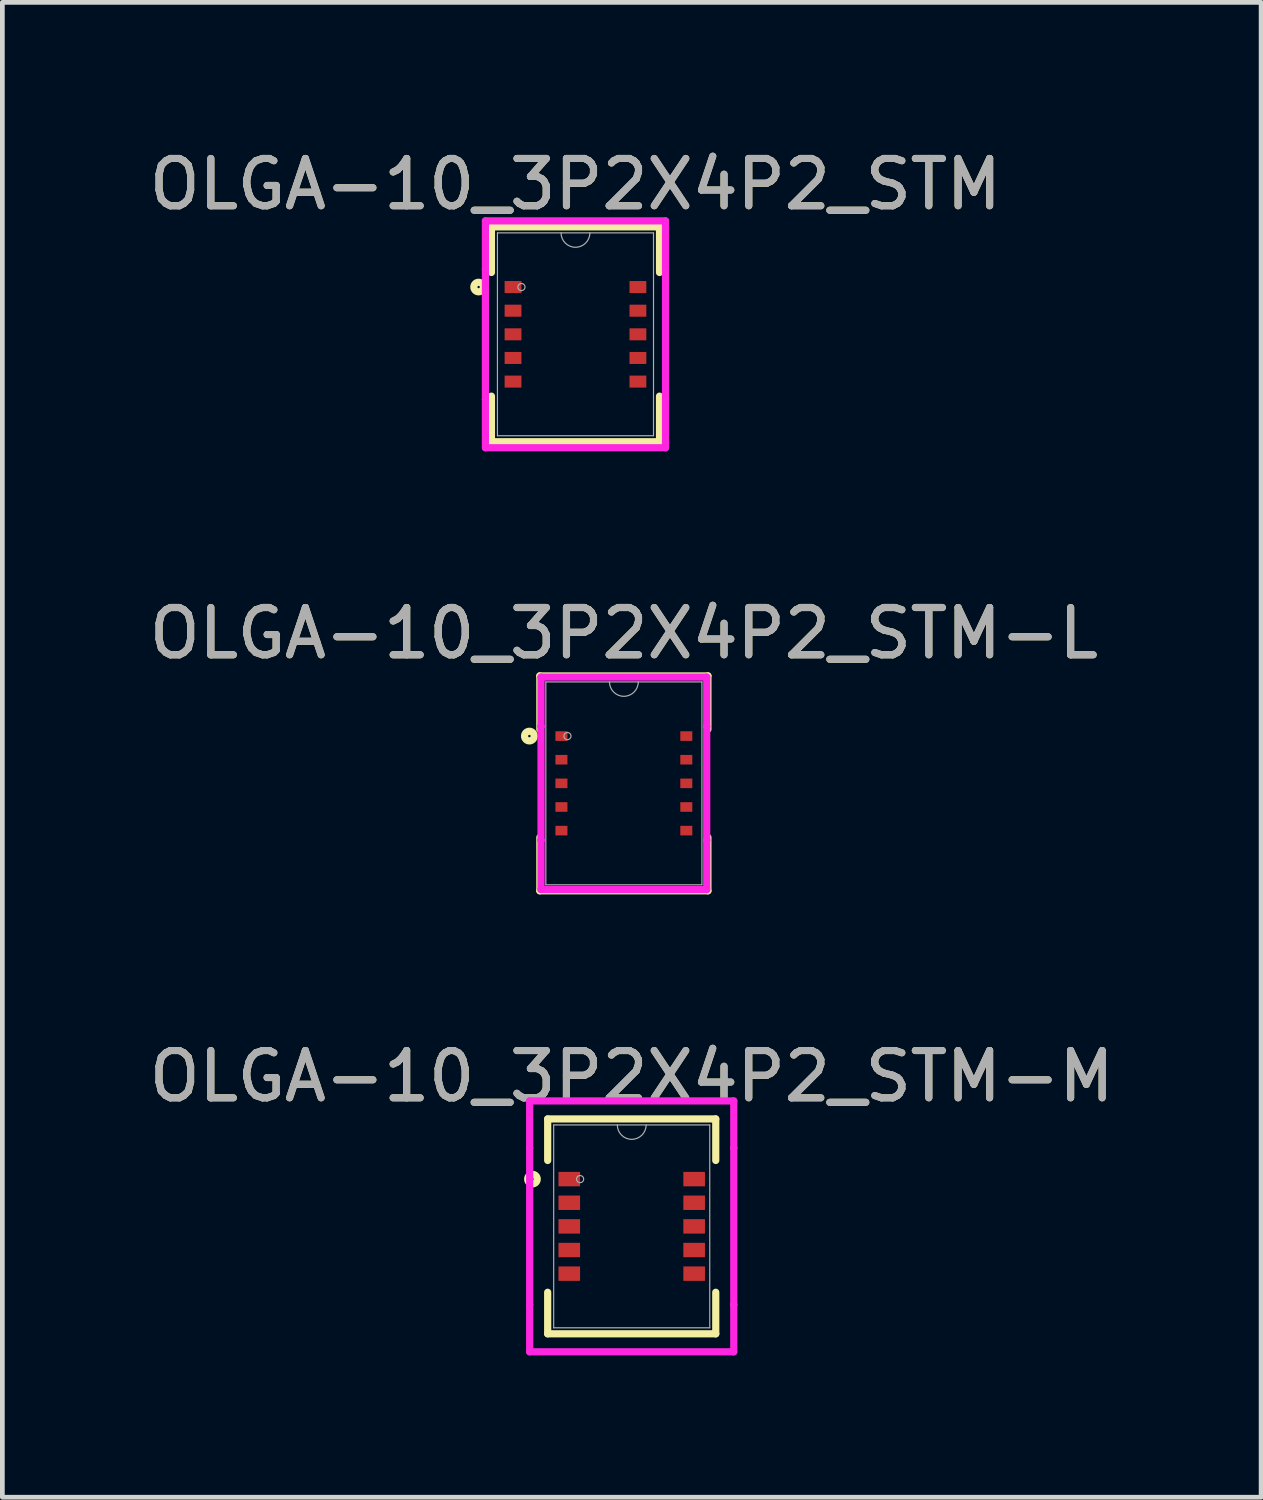
<source format=kicad_pcb>
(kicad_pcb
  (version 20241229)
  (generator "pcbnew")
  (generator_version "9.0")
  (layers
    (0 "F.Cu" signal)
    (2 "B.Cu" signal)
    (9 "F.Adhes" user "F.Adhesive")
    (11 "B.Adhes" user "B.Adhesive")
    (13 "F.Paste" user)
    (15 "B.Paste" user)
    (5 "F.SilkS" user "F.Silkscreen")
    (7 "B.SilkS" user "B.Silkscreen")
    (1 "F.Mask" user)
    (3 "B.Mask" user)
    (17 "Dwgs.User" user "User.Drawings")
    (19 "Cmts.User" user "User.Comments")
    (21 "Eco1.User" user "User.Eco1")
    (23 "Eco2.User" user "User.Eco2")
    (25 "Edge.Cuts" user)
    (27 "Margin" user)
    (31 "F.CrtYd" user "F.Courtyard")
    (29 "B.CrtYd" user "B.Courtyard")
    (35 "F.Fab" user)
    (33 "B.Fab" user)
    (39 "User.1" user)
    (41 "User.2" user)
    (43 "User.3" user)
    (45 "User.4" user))
  (footprint "OLGA-10_3P2X4P2_STM-L"
    (layer "F.Cu")
    (at 10.149 13.523)
    (property "Reference" "OLGA-10_3P2X4P2_STM-L" (at 0 -3.175 0) (unlocked yes) (layer "F.SilkS") (effects (font (size 1 1) (thickness 0.15))))
    (attr smd)
    (fp_line (start -1.778 -2.273) (end -1.778 -1.143) (stroke (width 0.152) (type solid)) (layer "F.SilkS"))
    (fp_line (start -1.778 1.143) (end -1.778 2.273) (stroke (width 0.152) (type solid)) (layer "F.SilkS"))
    (fp_line (start -1.778 2.273) (end 1.778 2.273) (stroke (width 0.152) (type solid)) (layer "F.SilkS"))
    (fp_line (start 1.778 -2.273) (end -1.778 -2.273) (stroke (width 0.152) (type solid)) (layer "F.SilkS"))
    (fp_line (start 1.778 -1.143) (end 1.778 -2.273) (stroke (width 0.152) (type solid)) (layer "F.SilkS"))
    (fp_line (start 1.778 2.273) (end 1.778 1.143) (stroke (width 0.152) (type solid)) (layer "F.SilkS"))
    (fp_circle (center -1.999 -1) (end -1.897 -1) (stroke (width 0.152) (type solid)) (fill no) (layer "F.SilkS"))
    (fp_line (start -1.753 -2.248) (end 1.753 -2.248) (stroke (width 0.152) (type solid)) (layer "F.CrtYd"))
    (fp_line (start -1.753 -1.203) (end -1.753 -2.248) (stroke (width 0.152) (type solid)) (layer "F.CrtYd"))
    (fp_line (start -1.753 -1.203) (end -1.753 -1.203) (stroke (width 0.152) (type solid)) (layer "F.CrtYd"))
    (fp_line (start -1.753 1.203) (end -1.753 -1.203) (stroke (width 0.152) (type solid)) (layer "F.CrtYd"))
    (fp_line (start -1.753 1.203) (end -1.753 1.203) (stroke (width 0.152) (type solid)) (layer "F.CrtYd"))
    (fp_line (start -1.753 2.248) (end -1.753 1.203) (stroke (width 0.152) (type solid)) (layer "F.CrtYd"))
    (fp_line (start 1.753 -2.248) (end 1.753 -1.203) (stroke (width 0.152) (type solid)) (layer "F.CrtYd"))
    (fp_line (start 1.753 -1.203) (end 1.753 -1.203) (stroke (width 0.152) (type solid)) (layer "F.CrtYd"))
    (fp_line (start 1.753 -1.203) (end 1.753 1.203) (stroke (width 0.152) (type solid)) (layer "F.CrtYd"))
    (fp_line (start 1.753 1.203) (end 1.753 1.203) (stroke (width 0.152) (type solid)) (layer "F.CrtYd"))
    (fp_line (start 1.753 1.203) (end 1.753 2.248) (stroke (width 0.152) (type solid)) (layer "F.CrtYd"))
    (fp_line (start 1.753 2.248) (end -1.753 2.248) (stroke (width 0.152) (type solid)) (layer "F.CrtYd"))
    (fp_line (start -1.651 -2.146) (end -1.651 2.146) (stroke (width 0.025) (type solid)) (layer "F.Fab"))
    (fp_line (start -1.651 2.146) (end 1.651 2.146) (stroke (width 0.025) (type solid)) (layer "F.Fab"))
    (fp_line (start 1.651 -2.146) (end -1.651 -2.146) (stroke (width 0.025) (type solid)) (layer "F.Fab"))
    (fp_line (start 1.651 2.146) (end 1.651 -2.146) (stroke (width 0.025) (type solid)) (layer "F.Fab"))
    (fp_arc (start 0.3048 -2.1463) (mid 0 -1.8415) (end -0.3048 -2.1463) (stroke (width 0.0254) (type solid)) (layer "F.Fab"))
    (fp_circle (center -1.194 -1) (end -1.118 -1) (stroke (width 0.025) (type solid)) (fill no) (layer "F.Fab"))
    (fp_text user "${REFERENCE}" (at 0 -3.175 0) (unlocked yes) (layer "F.Fab") (effects (font (size 1 1) (thickness 0.15))))
    (pad "1" smd rect (at -1.321 -1) (size 0.254 0.203) (layers "F.Cu" "F.Mask" "F.Paste"))
    (pad "2" smd rect (at -1.321 -0.5) (size 0.254 0.203) (layers "F.Cu" "F.Mask" "F.Paste"))
    (pad "3" smd rect (at -1.321 0) (size 0.254 0.203) (layers "F.Cu" "F.Mask" "F.Paste"))
    (pad "4" smd rect (at -1.321 0.5) (size 0.254 0.203) (layers "F.Cu" "F.Mask" "F.Paste"))
    (pad "5" smd rect (at -1.321 1) (size 0.254 0.203) (layers "F.Cu" "F.Mask" "F.Paste"))
    (pad "6" smd rect (at 1.321 1) (size 0.254 0.203) (layers "F.Cu" "F.Mask" "F.Paste"))
    (pad "7" smd rect (at 1.321 0.5) (size 0.254 0.203) (layers "F.Cu" "F.Mask" "F.Paste"))
    (pad "8" smd rect (at 1.321 0) (size 0.254 0.203) (layers "F.Cu" "F.Mask" "F.Paste"))
    (pad "9" smd rect (at 1.321 -0.5) (size 0.254 0.203) (layers "F.Cu" "F.Mask" "F.Paste"))
    (pad "10" smd rect (at 1.321 -1) (size 0.254 0.203) (layers "F.Cu" "F.Mask" "F.Paste")))
  (footprint "OLGA-10_3P2X4P2_STM-M"
    (layer "F.Cu")
    (at 10.315 22.896)
    (property "Reference" "OLGA-10_3P2X4P2_STM-M" (at 0 -3.175 0) (unlocked yes) (layer "F.SilkS") (effects (font (size 1 1) (thickness 0.15))))
    (attr smd)
    (fp_line (start -1.778 -2.273) (end -1.778 -1.394) (stroke (width 0.152) (type solid)) (layer "F.SilkS"))
    (fp_line (start -1.778 1.394) (end -1.778 2.273) (stroke (width 0.152) (type solid)) (layer "F.SilkS"))
    (fp_line (start -1.778 2.273) (end 1.778 2.273) (stroke (width 0.152) (type solid)) (layer "F.SilkS"))
    (fp_line (start 1.778 -2.273) (end -1.778 -2.273) (stroke (width 0.152) (type solid)) (layer "F.SilkS"))
    (fp_line (start 1.778 -1.394) (end 1.778 -2.273) (stroke (width 0.152) (type solid)) (layer "F.SilkS"))
    (fp_line (start 1.778 2.273) (end 1.778 1.394) (stroke (width 0.152) (type solid)) (layer "F.SilkS"))
    (fp_circle (center -2.1 -1) (end -1.999 -1) (stroke (width 0.152) (type solid)) (fill no) (layer "F.SilkS"))
    (fp_line (start -2.159 -2.654) (end 2.159 -2.654) (stroke (width 0.152) (type solid)) (layer "F.CrtYd"))
    (fp_line (start -2.159 -1.66) (end -2.159 -2.654) (stroke (width 0.152) (type solid)) (layer "F.CrtYd"))
    (fp_line (start -2.159 -1.66) (end -2.159 -1.66) (stroke (width 0.152) (type solid)) (layer "F.CrtYd"))
    (fp_line (start -2.159 1.66) (end -2.159 -1.66) (stroke (width 0.152) (type solid)) (layer "F.CrtYd"))
    (fp_line (start -2.159 1.66) (end -2.159 1.66) (stroke (width 0.152) (type solid)) (layer "F.CrtYd"))
    (fp_line (start -2.159 2.654) (end -2.159 1.66) (stroke (width 0.152) (type solid)) (layer "F.CrtYd"))
    (fp_line (start 2.159 -2.654) (end 2.159 -1.66) (stroke (width 0.152) (type solid)) (layer "F.CrtYd"))
    (fp_line (start 2.159 -1.66) (end 2.159 -1.66) (stroke (width 0.152) (type solid)) (layer "F.CrtYd"))
    (fp_line (start 2.159 -1.66) (end 2.159 1.66) (stroke (width 0.152) (type solid)) (layer "F.CrtYd"))
    (fp_line (start 2.159 1.66) (end 2.159 1.66) (stroke (width 0.152) (type solid)) (layer "F.CrtYd"))
    (fp_line (start 2.159 1.66) (end 2.159 2.654) (stroke (width 0.152) (type solid)) (layer "F.CrtYd"))
    (fp_line (start 2.159 2.654) (end -2.159 2.654) (stroke (width 0.152) (type solid)) (layer "F.CrtYd"))
    (fp_line (start -1.651 -2.146) (end -1.651 2.146) (stroke (width 0.025) (type solid)) (layer "F.Fab"))
    (fp_line (start -1.651 2.146) (end 1.651 2.146) (stroke (width 0.025) (type solid)) (layer "F.Fab"))
    (fp_line (start 1.651 -2.146) (end -1.651 -2.146) (stroke (width 0.025) (type solid)) (layer "F.Fab"))
    (fp_line (start 1.651 2.146) (end 1.651 -2.146) (stroke (width 0.025) (type solid)) (layer "F.Fab"))
    (fp_arc (start 0.3048 -2.1463) (mid 0 -1.8415) (end -0.3048 -2.1463) (stroke (width 0.0254) (type solid)) (layer "F.Fab"))
    (fp_circle (center -1.092 -1) (end -1.016 -1) (stroke (width 0.025) (type solid)) (fill no) (layer "F.Fab"))
    (fp_text user "${REFERENCE}" (at 0 -3.175 0) (unlocked yes) (layer "F.Fab") (effects (font (size 1 1) (thickness 0.15))))
    (pad "1" smd rect (at -1.321 -1) (size 0.457 0.305) (layers "F.Cu" "F.Mask" "F.Paste"))
    (pad "2" smd rect (at -1.321 -0.5) (size 0.457 0.305) (layers "F.Cu" "F.Mask" "F.Paste"))
    (pad "3" smd rect (at -1.321 0) (size 0.457 0.305) (layers "F.Cu" "F.Mask" "F.Paste"))
    (pad "4" smd rect (at -1.321 0.5) (size 0.457 0.305) (layers "F.Cu" "F.Mask" "F.Paste"))
    (pad "5" smd rect (at -1.321 1) (size 0.457 0.305) (layers "F.Cu" "F.Mask" "F.Paste"))
    (pad "6" smd rect (at 1.321 1) (size 0.457 0.305) (layers "F.Cu" "F.Mask" "F.Paste"))
    (pad "7" smd rect (at 1.321 0.5) (size 0.457 0.305) (layers "F.Cu" "F.Mask" "F.Paste"))
    (pad "8" smd rect (at 1.321 0) (size 0.457 0.305) (layers "F.Cu" "F.Mask" "F.Paste"))
    (pad "9" smd rect (at 1.321 -0.5) (size 0.457 0.305) (layers "F.Cu" "F.Mask" "F.Paste"))
    (pad "10" smd rect (at 1.321 -1) (size 0.457 0.305) (layers "F.Cu" "F.Mask" "F.Paste")))
  (footprint "OLGA-10_3P2X4P2_STM"
    (layer "F.Cu")
    (at 9.125 4.023)
    (property "Reference" "OLGA-10_3P2X4P2_STM" (at 0 -3.175 0) (unlocked yes) (layer "F.SilkS") (effects (font (size 1 1) (thickness 0.15))))
    (attr smd)
    (fp_line (start -1.778 -2.273) (end -1.778 -1.308) (stroke (width 0.152) (type solid)) (layer "F.SilkS"))
    (fp_line (start -1.778 1.308) (end -1.778 2.273) (stroke (width 0.152) (type solid)) (layer "F.SilkS"))
    (fp_line (start -1.778 2.273) (end 1.778 2.273) (stroke (width 0.152) (type solid)) (layer "F.SilkS"))
    (fp_line (start 1.778 -2.273) (end -1.778 -2.273) (stroke (width 0.152) (type solid)) (layer "F.SilkS"))
    (fp_line (start 1.778 -1.308) (end 1.778 -2.273) (stroke (width 0.152) (type solid)) (layer "F.SilkS"))
    (fp_line (start 1.778 2.273) (end 1.778 1.308) (stroke (width 0.152) (type solid)) (layer "F.SilkS"))
    (fp_circle (center -2.049 -1) (end -1.948 -1) (stroke (width 0.152) (type solid)) (fill no) (layer "F.SilkS"))
    (fp_line (start -1.905 -2.4) (end 1.905 -2.4) (stroke (width 0.152) (type solid)) (layer "F.CrtYd"))
    (fp_line (start -1.905 -1.381) (end -1.905 -2.4) (stroke (width 0.152) (type solid)) (layer "F.CrtYd"))
    (fp_line (start -1.905 -1.381) (end -1.905 -1.381) (stroke (width 0.152) (type solid)) (layer "F.CrtYd"))
    (fp_line (start -1.905 1.381) (end -1.905 -1.381) (stroke (width 0.152) (type solid)) (layer "F.CrtYd"))
    (fp_line (start -1.905 1.381) (end -1.905 1.381) (stroke (width 0.152) (type solid)) (layer "F.CrtYd"))
    (fp_line (start -1.905 2.4) (end -1.905 1.381) (stroke (width 0.152) (type solid)) (layer "F.CrtYd"))
    (fp_line (start 1.905 -2.4) (end 1.905 -1.381) (stroke (width 0.152) (type solid)) (layer "F.CrtYd"))
    (fp_line (start 1.905 -1.381) (end 1.905 -1.381) (stroke (width 0.152) (type solid)) (layer "F.CrtYd"))
    (fp_line (start 1.905 -1.381) (end 1.905 1.381) (stroke (width 0.152) (type solid)) (layer "F.CrtYd"))
    (fp_line (start 1.905 1.381) (end 1.905 1.381) (stroke (width 0.152) (type solid)) (layer "F.CrtYd"))
    (fp_line (start 1.905 1.381) (end 1.905 2.4) (stroke (width 0.152) (type solid)) (layer "F.CrtYd"))
    (fp_line (start 1.905 2.4) (end -1.905 2.4) (stroke (width 0.152) (type solid)) (layer "F.CrtYd"))
    (fp_line (start -1.651 -2.146) (end -1.651 2.146) (stroke (width 0.025) (type solid)) (layer "F.Fab"))
    (fp_line (start -1.651 2.146) (end 1.651 2.146) (stroke (width 0.025) (type solid)) (layer "F.Fab"))
    (fp_line (start 1.651 -2.146) (end -1.651 -2.146) (stroke (width 0.025) (type solid)) (layer "F.Fab"))
    (fp_line (start 1.651 2.146) (end 1.651 -2.146) (stroke (width 0.025) (type solid)) (layer "F.Fab"))
    (fp_arc (start 0.3048 -2.1463) (mid 0 -1.8415) (end -0.3048 -2.1463) (stroke (width 0.0254) (type solid)) (layer "F.Fab"))
    (fp_circle (center -1.143 -1) (end -1.067 -1) (stroke (width 0.025) (type solid)) (fill no) (layer "F.Fab"))
    (fp_text user "${REFERENCE}" (at 0 -3.175 0) (unlocked yes) (layer "F.Fab") (effects (font (size 1 1) (thickness 0.15))))
    (pad "1" smd rect (at -1.321 -1) (size 0.356 0.254) (layers "F.Cu" "F.Mask" "F.Paste"))
    (pad "2" smd rect (at -1.321 -0.5) (size 0.356 0.254) (layers "F.Cu" "F.Mask" "F.Paste"))
    (pad "3" smd rect (at -1.321 0) (size 0.356 0.254) (layers "F.Cu" "F.Mask" "F.Paste"))
    (pad "4" smd rect (at -1.321 0.5) (size 0.356 0.254) (layers "F.Cu" "F.Mask" "F.Paste"))
    (pad "5" smd rect (at -1.321 1) (size 0.356 0.254) (layers "F.Cu" "F.Mask" "F.Paste"))
    (pad "6" smd rect (at 1.321 1) (size 0.356 0.254) (layers "F.Cu" "F.Mask" "F.Paste"))
    (pad "7" smd rect (at 1.321 0.5) (size 0.356 0.254) (layers "F.Cu" "F.Mask" "F.Paste"))
    (pad "8" smd rect (at 1.321 0) (size 0.356 0.254) (layers "F.Cu" "F.Mask" "F.Paste"))
    (pad "9" smd rect (at 1.321 -0.5) (size 0.356 0.254) (layers "F.Cu" "F.Mask" "F.Paste"))
    (pad "10" smd rect (at 1.321 -1) (size 0.356 0.254) (layers "F.Cu" "F.Mask" "F.Paste")))
  (gr_rect
    (start -3 -3)
    (end 23.631 28.626)
    (stroke (width 0.1) (type default))
    (fill no)
    (layer "Edge.Cuts")))
</source>
